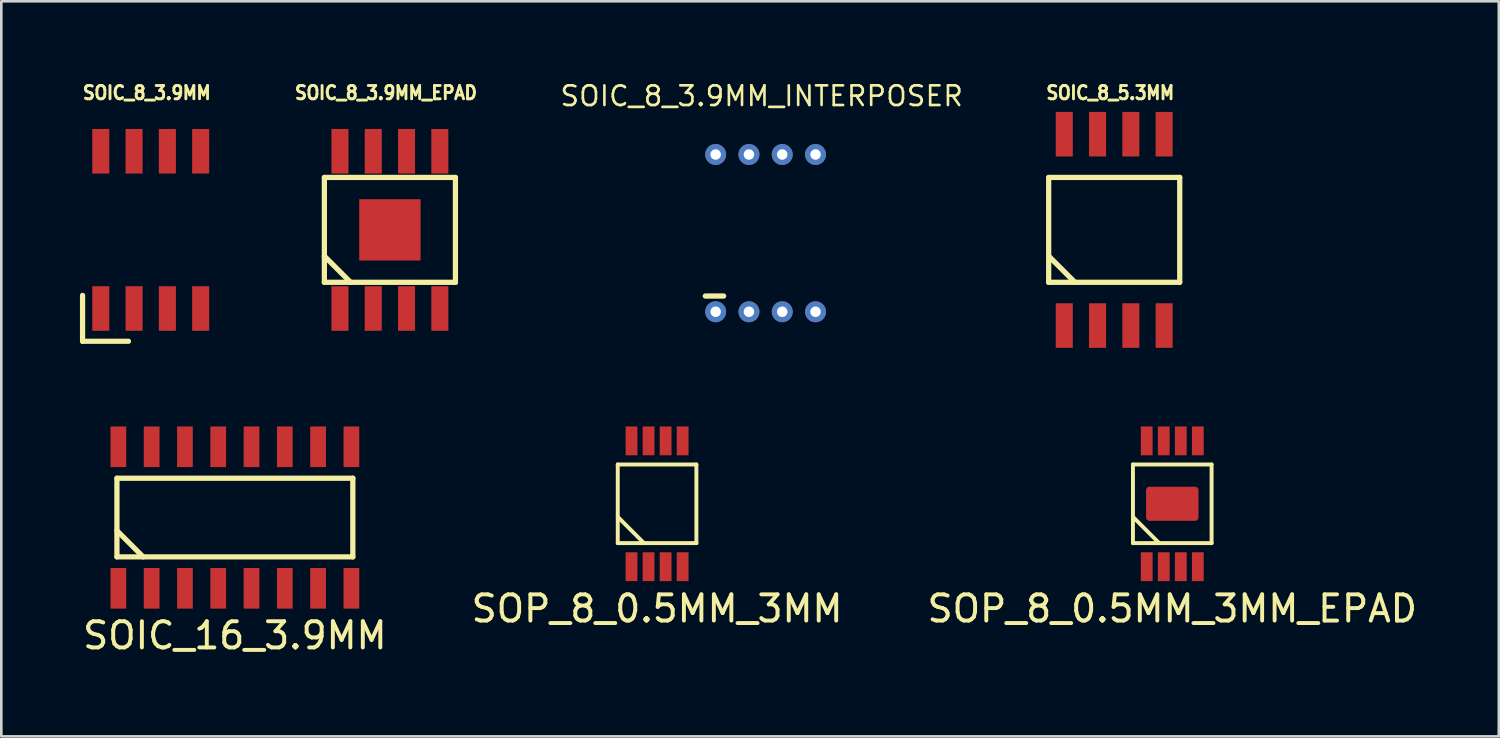
<source format=kicad_pcb>
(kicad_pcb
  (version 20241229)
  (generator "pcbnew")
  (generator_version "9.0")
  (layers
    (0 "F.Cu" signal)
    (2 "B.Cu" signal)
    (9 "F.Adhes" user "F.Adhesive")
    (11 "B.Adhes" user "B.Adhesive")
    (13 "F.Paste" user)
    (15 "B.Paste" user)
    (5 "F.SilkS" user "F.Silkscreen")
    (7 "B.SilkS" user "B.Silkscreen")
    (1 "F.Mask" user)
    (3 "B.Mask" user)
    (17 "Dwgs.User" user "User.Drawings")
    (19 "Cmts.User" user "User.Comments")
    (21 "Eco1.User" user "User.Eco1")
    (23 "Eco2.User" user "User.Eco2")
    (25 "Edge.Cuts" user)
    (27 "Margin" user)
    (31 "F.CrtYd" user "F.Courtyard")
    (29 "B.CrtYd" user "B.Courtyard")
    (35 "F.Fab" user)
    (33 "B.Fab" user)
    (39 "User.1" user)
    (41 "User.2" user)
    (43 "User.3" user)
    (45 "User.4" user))
  (footprint "SOIC_8_3.9MM_EPAD"
    (layer "F.Cu")
    (at 11.825 5.72)
    (property "Reference" "SOIC_8_3.9MM_EPAD" (at -0.15 -5.23 0) (layer "F.SilkS") (effects (font (size 0.508 0.457) (thickness 0.11))))
    (attr through_hole)
    (fp_line (start -2.5 -2) (end -2.5 2) (stroke (width 0.2) (type solid)) (layer "F.SilkS"))
    (fp_line (start -2.5 1) (end -1.5 2) (stroke (width 0.2) (type solid)) (layer "F.SilkS"))
    (fp_line (start -2.5 2) (end 2.5 2) (stroke (width 0.2) (type solid)) (layer "F.SilkS"))
    (fp_line (start 2.5 -2) (end -2.5 -2) (stroke (width 0.2) (type solid)) (layer "F.SilkS"))
    (fp_line (start 2.5 2) (end 2.5 -2) (stroke (width 0.2) (type solid)) (layer "F.SilkS"))
    (pad "1" smd rect (at -1.905 3) (size 0.65 1.7) (layers "F.Cu" "F.Mask" "F.Paste"))
    (pad "2" smd rect (at -0.635 3) (size 0.65 1.7) (layers "F.Cu" "F.Mask" "F.Paste"))
    (pad "3" smd rect (at 0.635 3) (size 0.65 1.7) (layers "F.Cu" "F.Mask" "F.Paste"))
    (pad "4" smd rect (at 1.905 3) (size 0.65 1.7) (layers "F.Cu" "F.Mask" "F.Paste"))
    (pad "5" smd rect (at 1.905 -3) (size 0.65 1.7) (layers "F.Cu" "F.Mask" "F.Paste"))
    (pad "6" smd rect (at 0.635 -3) (size 0.65 1.7) (layers "F.Cu" "F.Mask" "F.Paste"))
    (pad "7" smd rect (at -0.635 -3) (size 0.65 1.7) (layers "F.Cu" "F.Mask" "F.Paste"))
    (pad "8" smd rect (at -1.905 -3) (size 0.65 1.7) (layers "F.Cu" "F.Mask" "F.Paste"))
    (pad "PAD" smd rect (at 0 0) (size 2.34 2.34) (layers "F.Cu" "F.Mask" "F.Paste")))
  (footprint "SOIC_16_3.9MM"
    (layer "F.Cu")
    (at 5.911 16.695)
    (property "Reference" "SOIC_16_3.9MM" (at 0 4.5 0) (layer "F.SilkS") (effects (font (size 1 1) (thickness 0.15))))
    (attr through_hole)
    (fp_line (start -4.5 -1.5) (end -4.5 1.5) (stroke (width 0.2) (type solid)) (layer "F.SilkS"))
    (fp_line (start -4.5 0.5) (end -3.5 1.5) (stroke (width 0.2) (type solid)) (layer "F.SilkS"))
    (fp_line (start -4.5 1.5) (end 4.5 1.5) (stroke (width 0.2) (type solid)) (layer "F.SilkS"))
    (fp_line (start 4.5 -1.5) (end -4.5 -1.5) (stroke (width 0.2) (type solid)) (layer "F.SilkS"))
    (fp_line (start 4.5 1.5) (end 4.5 -1.5) (stroke (width 0.2) (type solid)) (layer "F.SilkS"))
    (pad "1" smd rect (at -4.445 2.7) (size 0.6 1.55) (layers "F.Cu" "F.Mask" "F.Paste"))
    (pad "2" smd rect (at -3.175 2.7) (size 0.6 1.55) (layers "F.Cu" "F.Mask" "F.Paste"))
    (pad "3" smd rect (at -1.905 2.7) (size 0.6 1.55) (layers "F.Cu" "F.Mask" "F.Paste"))
    (pad "4" smd rect (at -0.635 2.7) (size 0.6 1.55) (layers "F.Cu" "F.Mask" "F.Paste"))
    (pad "5" smd rect (at 0.635 2.7) (size 0.6 1.55) (layers "F.Cu" "F.Mask" "F.Paste"))
    (pad "6" smd rect (at 1.905 2.7) (size 0.6 1.55) (layers "F.Cu" "F.Mask" "F.Paste"))
    (pad "7" smd rect (at 3.175 2.7) (size 0.6 1.55) (layers "F.Cu" "F.Mask" "F.Paste"))
    (pad "8" smd rect (at 4.445 2.7) (size 0.6 1.55) (layers "F.Cu" "F.Mask" "F.Paste"))
    (pad "9" smd rect (at 4.445 -2.7) (size 0.6 1.55) (layers "F.Cu" "F.Mask" "F.Paste"))
    (pad "10" smd rect (at 3.175 -2.7) (size 0.6 1.55) (layers "F.Cu" "F.Mask" "F.Paste"))
    (pad "11" smd rect (at 1.905 -2.7) (size 0.6 1.55) (layers "F.Cu" "F.Mask" "F.Paste"))
    (pad "12" smd rect (at 0.635 -2.7) (size 0.6 1.55) (layers "F.Cu" "F.Mask" "F.Paste"))
    (pad "13" smd rect (at -0.635 -2.7) (size 0.6 1.55) (layers "F.Cu" "F.Mask" "F.Paste"))
    (pad "14" smd rect (at -1.905 -2.7) (size 0.6 1.55) (layers "F.Cu" "F.Mask" "F.Paste"))
    (pad "15" smd rect (at -3.175 -2.7) (size 0.6 1.55) (layers "F.Cu" "F.Mask" "F.Paste"))
    (pad "16" smd rect (at -4.445 -2.7) (size 0.6 1.55) (layers "F.Cu" "F.Mask" "F.Paste")))
  (footprint "SOP_8_0.5MM_3MM"
    (layer "F.Cu")
    (at 22.018 16.17)
    (property "Reference" "SOP_8_0.5MM_3MM" (at 0 4 0) (layer "F.SilkS") (effects (font (size 1 1) (thickness 0.15))))
    (attr through_hole)
    (fp_line (start -1.5 -1.5) (end -1.5 1.5) (stroke (width 0.15) (type solid)) (layer "F.SilkS"))
    (fp_line (start -1.5 0.5) (end -0.5 1.5) (stroke (width 0.15) (type solid)) (layer "F.SilkS"))
    (fp_line (start -1.5 1.5) (end 1.5 1.5) (stroke (width 0.15) (type solid)) (layer "F.SilkS"))
    (fp_line (start 1.5 -1.5) (end -1.5 -1.5) (stroke (width 0.15) (type solid)) (layer "F.SilkS"))
    (fp_line (start 1.5 1.5) (end 1.5 -1.5) (stroke (width 0.15) (type solid)) (layer "F.SilkS"))
    (pad "1" smd rect (at -0.975 2.4) (size 0.45 1.1) (layers "F.Cu" "F.Mask" "F.Paste"))
    (pad "2" smd rect (at -0.325 2.4) (size 0.45 1.1) (layers "F.Cu" "F.Mask" "F.Paste"))
    (pad "3" smd rect (at 0.325 2.4) (size 0.45 1.1) (layers "F.Cu" "F.Mask" "F.Paste"))
    (pad "4" smd rect (at 0.975 2.4) (size 0.45 1.1) (layers "F.Cu" "F.Mask" "F.Paste"))
    (pad "5" smd rect (at 0.975 -2.4) (size 0.45 1.1) (layers "F.Cu" "F.Mask" "F.Paste"))
    (pad "6" smd rect (at 0.325 -2.4) (size 0.45 1.1) (layers "F.Cu" "F.Mask" "F.Paste"))
    (pad "7" smd rect (at -0.325 -2.4) (size 0.45 1.1) (layers "F.Cu" "F.Mask" "F.Paste"))
    (pad "8" smd rect (at -0.975 -2.4) (size 0.45 1.1) (layers "F.Cu" "F.Mask" "F.Paste")))
  (footprint "SOP_8_0.5MM_3MM_EPAD"
    (layer "F.Cu")
    (at 41.673 16.17)
    (property "Reference" "SOP_8_0.5MM_3MM_EPAD" (at 0 4 0) (layer "F.SilkS") (effects (font (size 1 1) (thickness 0.15))))
    (attr through_hole)
    (fp_line (start -1.5 -1.5) (end -1.5 1.5) (stroke (width 0.15) (type solid)) (layer "F.SilkS"))
    (fp_line (start -1.5 0.5) (end -0.5 1.5) (stroke (width 0.15) (type solid)) (layer "F.SilkS"))
    (fp_line (start -1.5 1.5) (end 1.5 1.5) (stroke (width 0.15) (type solid)) (layer "F.SilkS"))
    (fp_line (start 1.5 -1.5) (end -1.5 -1.5) (stroke (width 0.15) (type solid)) (layer "F.SilkS"))
    (fp_line (start 1.5 1.5) (end 1.5 -1.5) (stroke (width 0.15) (type solid)) (layer "F.SilkS"))
    (pad "1" smd rect (at -0.975 2.4) (size 0.45 1.1) (layers "F.Cu" "F.Mask" "F.Paste"))
    (pad "2" smd rect (at -0.325 2.4) (size 0.45 1.1) (layers "F.Cu" "F.Mask" "F.Paste"))
    (pad "3" smd rect (at 0.325 2.4) (size 0.45 1.1) (layers "F.Cu" "F.Mask" "F.Paste"))
    (pad "4" smd rect (at 0.975 2.4) (size 0.45 1.1) (layers "F.Cu" "F.Mask" "F.Paste"))
    (pad "5" smd rect (at 0.975 -2.4) (size 0.45 1.1) (layers "F.Cu" "F.Mask" "F.Paste"))
    (pad "6" smd rect (at 0.325 -2.4) (size 0.45 1.1) (layers "F.Cu" "F.Mask" "F.Paste"))
    (pad "7" smd rect (at -0.325 -2.4) (size 0.45 1.1) (layers "F.Cu" "F.Mask" "F.Paste"))
    (pad "8" smd rect (at -0.975 -2.4) (size 0.45 1.1) (layers "F.Cu" "F.Mask" "F.Paste"))
    (pad "PAD" smd roundrect (at 0 0) (size 2 1.3) (layers "F.Cu" "F.Mask" "F.Paste") (roundrect_rratio 0.1)))
  (footprint "SOIC_8_3.9MM_INTERPOSER"
    (layer "F.Cu")
    (at 26.158 5.844)
    (property "Reference" "SOIC_8_3.9MM_INTERPOSER" (at -0.15 -5.23 0) (layer "F.SilkS") (effects (font (size 0.75 0.75) (thickness 0.1))))
    (attr through_hole)
    (fp_line (start -1.6 2.4) (end -2.3 2.4) (stroke (width 0.2) (type solid)) (layer "F.SilkS"))
    (pad "1" thru_hole circle (at -1.905 3) (size 0.8 0.8) (drill 0.4) (layers "*.Cu" "*.Mask"))
    (pad "2" thru_hole circle (at -0.635 3) (size 0.8 0.8) (drill 0.4) (layers "*.Cu" "*.Mask"))
    (pad "3" thru_hole circle (at 0.635 3) (size 0.8 0.8) (drill 0.4) (layers "*.Cu" "*.Mask"))
    (pad "4" thru_hole circle (at 1.905 3) (size 0.8 0.8) (drill 0.4) (layers "*.Cu" "*.Mask"))
    (pad "5" thru_hole circle (at 1.905 -3) (size 0.8 0.8) (drill 0.4) (layers "*.Cu" "*.Mask"))
    (pad "6" thru_hole circle (at 0.635 -3) (size 0.8 0.8) (drill 0.4) (layers "*.Cu" "*.Mask"))
    (pad "7" thru_hole circle (at -0.635 -3) (size 0.8 0.8) (drill 0.4) (layers "*.Cu" "*.Mask"))
    (pad "8" thru_hole circle (at -1.905 -3) (size 0.8 0.8) (drill 0.4) (layers "*.Cu" "*.Mask")))
  (footprint "SOIC_8_5.3MM"
    (layer "F.Cu")
    (at 39.458 5.72)
    (property "Reference" "SOIC_8_5.3MM" (at -0.15 -5.23 0) (layer "F.SilkS") (effects (font (size 0.508 0.457) (thickness 0.11))))
    (attr through_hole)
    (fp_line (start -2.5 -2) (end -2.5 2) (stroke (width 0.2) (type solid)) (layer "F.SilkS"))
    (fp_line (start -2.5 1) (end -1.5 2) (stroke (width 0.2) (type solid)) (layer "F.SilkS"))
    (fp_line (start -2.5 2) (end 2.5 2) (stroke (width 0.2) (type solid)) (layer "F.SilkS"))
    (fp_line (start 2.5 -2) (end -2.5 -2) (stroke (width 0.2) (type solid)) (layer "F.SilkS"))
    (fp_line (start 2.5 2) (end 2.5 -2) (stroke (width 0.2) (type solid)) (layer "F.SilkS"))
    (pad "1" smd rect (at -1.905 3.65) (size 0.65 1.7) (layers "F.Cu" "F.Mask" "F.Paste"))
    (pad "2" smd rect (at -0.635 3.65) (size 0.65 1.7) (layers "F.Cu" "F.Mask" "F.Paste"))
    (pad "3" smd rect (at 0.635 3.65) (size 0.65 1.7) (layers "F.Cu" "F.Mask" "F.Paste"))
    (pad "4" smd rect (at 1.905 3.65) (size 0.65 1.7) (layers "F.Cu" "F.Mask" "F.Paste"))
    (pad "5" smd rect (at 1.905 -3.65) (size 0.65 1.7) (layers "F.Cu" "F.Mask" "F.Paste"))
    (pad "6" smd rect (at 0.635 -3.65) (size 0.65 1.7) (layers "F.Cu" "F.Mask" "F.Paste"))
    (pad "7" smd rect (at -0.635 -3.65) (size 0.65 1.7) (layers "F.Cu" "F.Mask" "F.Paste"))
    (pad "8" smd rect (at -1.905 -3.65) (size 0.65 1.7) (layers "F.Cu" "F.Mask" "F.Paste")))
  (footprint "SOIC_8_3.9MM"
    (layer "F.Cu")
    (at 2.7 5.72)
    (property "Reference" "SOIC_8_3.9MM" (at -0.15 -5.23 0) (layer "F.SilkS") (effects (font (size 0.508 0.457) (thickness 0.11))))
    (attr through_hole)
    (fp_line (start -2.6 2.5) (end -2.6 4.25) (stroke (width 0.2) (type solid)) (layer "F.SilkS"))
    (fp_line (start -2.6 4.25) (end -0.85 4.25) (stroke (width 0.2) (type solid)) (layer "F.SilkS"))
    (pad "1" smd rect (at -1.905 3) (size 0.65 1.7) (layers "F.Cu" "F.Mask" "F.Paste"))
    (pad "2" smd rect (at -0.635 3) (size 0.65 1.7) (layers "F.Cu" "F.Mask" "F.Paste"))
    (pad "3" smd rect (at 0.635 3) (size 0.65 1.7) (layers "F.Cu" "F.Mask" "F.Paste"))
    (pad "4" smd rect (at 1.905 3) (size 0.65 1.7) (layers "F.Cu" "F.Mask" "F.Paste"))
    (pad "5" smd rect (at 1.905 -3) (size 0.65 1.7) (layers "F.Cu" "F.Mask" "F.Paste"))
    (pad "6" smd rect (at 0.635 -3) (size 0.65 1.7) (layers "F.Cu" "F.Mask" "F.Paste"))
    (pad "7" smd rect (at -0.635 -3) (size 0.65 1.7) (layers "F.Cu" "F.Mask" "F.Paste"))
    (pad "8" smd rect (at -1.905 -3) (size 0.65 1.7) (layers "F.Cu" "F.Mask" "F.Paste")))
  (gr_rect
    (start -3 -3)
    (end 54.131 25.043)
    (stroke (width 0.1) (type default))
    (fill no)
    (layer "Edge.Cuts")))
</source>
